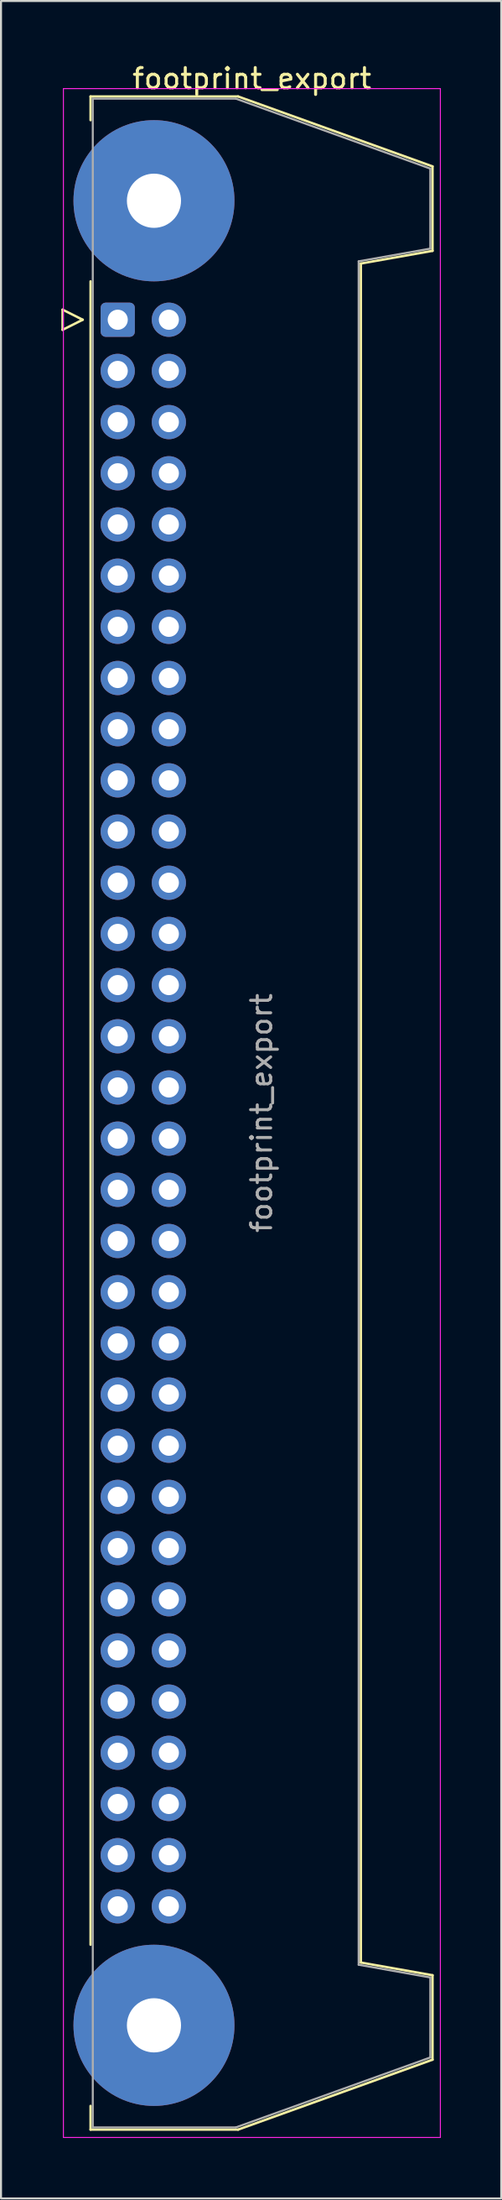
<source format=kicad_pcb>
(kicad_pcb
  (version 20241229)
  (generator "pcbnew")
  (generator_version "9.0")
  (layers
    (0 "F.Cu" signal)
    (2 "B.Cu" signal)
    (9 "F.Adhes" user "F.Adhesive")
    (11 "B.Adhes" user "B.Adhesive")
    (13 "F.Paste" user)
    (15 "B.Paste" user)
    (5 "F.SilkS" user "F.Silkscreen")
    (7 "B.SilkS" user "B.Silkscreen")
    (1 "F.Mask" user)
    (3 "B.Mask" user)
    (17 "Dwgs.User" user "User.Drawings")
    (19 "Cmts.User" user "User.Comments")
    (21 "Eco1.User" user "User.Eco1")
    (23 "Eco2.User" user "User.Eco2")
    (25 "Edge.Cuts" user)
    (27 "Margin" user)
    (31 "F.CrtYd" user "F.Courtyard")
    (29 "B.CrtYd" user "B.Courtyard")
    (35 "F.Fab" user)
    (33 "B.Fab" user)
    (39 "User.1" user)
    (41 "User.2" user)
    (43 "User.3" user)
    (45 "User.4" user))
  (footprint "footprint_export"
    (layer "F.Cu")
    (at 2.8 12.818)
    (property "Reference" "footprint_export" (at 6.665 -11.97 0) (layer "F.SilkS") (effects (font (size 1 1) (thickness 0.15))))
    (attr through_hole)
    (fp_line (start -2.74 -0.5) (end -2.74 0.5) (stroke (width 0.12) (type solid)) (layer "F.SilkS"))
    (fp_line (start -2.74 0.5) (end -1.74 0) (stroke (width 0.12) (type solid)) (layer "F.SilkS"))
    (fp_line (start -1.74 0) (end -2.74 -0.5) (stroke (width 0.12) (type solid)) (layer "F.SilkS"))
    (fp_line (start -1.35 -11.08) (end -1.35 -9.905) (stroke (width 0.12) (type solid)) (layer "F.SilkS"))
    (fp_line (start -1.35 -11.08) (end 5.98 -11.08) (stroke (width 0.12) (type solid)) (layer "F.SilkS"))
    (fp_line (start -1.35 -1.905) (end -1.35 80.645) (stroke (width 0.12) (type solid)) (layer "F.SilkS"))
    (fp_line (start -1.35 88.645) (end -1.35 89.82) (stroke (width 0.12) (type solid)) (layer "F.SilkS"))
    (fp_line (start 5.98 -11.08) (end 15.64 -7.61) (stroke (width 0.12) (type solid)) (layer "F.SilkS"))
    (fp_line (start 5.98 89.82) (end -1.35 89.82) (stroke (width 0.12) (type solid)) (layer "F.SilkS"))
    (fp_line (start 12.08 -2.79) (end 12.08 81.53) (stroke (width 0.12) (type solid)) (layer "F.SilkS"))
    (fp_line (start 12.08 81.53) (end 15.64 82.16) (stroke (width 0.12) (type solid)) (layer "F.SilkS"))
    (fp_line (start 15.64 -7.61) (end 15.64 -3.42) (stroke (width 0.12) (type solid)) (layer "F.SilkS"))
    (fp_line (start 15.64 -3.42) (end 12.08 -2.79) (stroke (width 0.12) (type solid)) (layer "F.SilkS"))
    (fp_line (start 15.64 82.16) (end 15.64 86.35) (stroke (width 0.12) (type solid)) (layer "F.SilkS"))
    (fp_line (start 15.64 86.35) (end 5.98 89.82) (stroke (width 0.12) (type solid)) (layer "F.SilkS"))
    (fp_line (start -2.7 -11.47) (end -2.7 90.21) (stroke (width 0.05) (type solid)) (layer "F.CrtYd"))
    (fp_line (start -2.7 90.21) (end 16.03 90.21) (stroke (width 0.05) (type solid)) (layer "F.CrtYd"))
    (fp_line (start 16.03 -11.47) (end -2.7 -11.47) (stroke (width 0.05) (type solid)) (layer "F.CrtYd"))
    (fp_line (start 16.03 90.21) (end 16.03 -11.47) (stroke (width 0.05) (type solid)) (layer "F.CrtYd"))
    (fp_line (start -1.24 -10.97) (end 5.87 -10.97) (stroke (width 0.1) (type solid)) (layer "F.Fab"))
    (fp_line (start -1.24 89.71) (end -1.24 -10.97) (stroke (width 0.1) (type solid)) (layer "F.Fab"))
    (fp_line (start 5.87 -10.97) (end 15.53 -7.5) (stroke (width 0.1) (type solid)) (layer "F.Fab"))
    (fp_line (start 5.87 89.71) (end -1.24 89.71) (stroke (width 0.1) (type solid)) (layer "F.Fab"))
    (fp_line (start 11.97 -2.9) (end 11.97 81.64) (stroke (width 0.1) (type solid)) (layer "F.Fab"))
    (fp_line (start 11.97 81.64) (end 15.53 82.27) (stroke (width 0.1) (type solid)) (layer "F.Fab"))
    (fp_line (start 15.53 -7.5) (end 15.53 -3.53) (stroke (width 0.1) (type solid)) (layer "F.Fab"))
    (fp_line (start 15.53 -3.53) (end 11.97 -2.9) (stroke (width 0.1) (type solid)) (layer "F.Fab"))
    (fp_line (start 15.53 82.27) (end 15.53 86.24) (stroke (width 0.1) (type solid)) (layer "F.Fab"))
    (fp_line (start 15.53 86.24) (end 5.87 89.71) (stroke (width 0.1) (type solid)) (layer "F.Fab"))
    (fp_text user "${REFERENCE}" (at 7.145 39.37 90) (layer "F.Fab") (effects (font (size 1 1) (thickness 0.15))))
    (pad "1" thru_hole roundrect (at 0 0) (size 1.7 1.7) (drill 1) (layers "*.Cu" "*.Mask") (roundrect_rratio 0.147))
    (pad "2" thru_hole circle (at 2.54 0) (size 1.7 1.7) (drill 1) (layers "*.Cu" "*.Mask"))
    (pad "3" thru_hole circle (at 0 2.54) (size 1.7 1.7) (drill 1) (layers "*.Cu" "*.Mask"))
    (pad "4" thru_hole circle (at 2.54 2.54) (size 1.7 1.7) (drill 1) (layers "*.Cu" "*.Mask"))
    (pad "5" thru_hole circle (at 0 5.08) (size 1.7 1.7) (drill 1) (layers "*.Cu" "*.Mask"))
    (pad "6" thru_hole circle (at 2.54 5.08) (size 1.7 1.7) (drill 1) (layers "*.Cu" "*.Mask"))
    (pad "7" thru_hole circle (at 0 7.62) (size 1.7 1.7) (drill 1) (layers "*.Cu" "*.Mask"))
    (pad "8" thru_hole circle (at 2.54 7.62) (size 1.7 1.7) (drill 1) (layers "*.Cu" "*.Mask"))
    (pad "9" thru_hole circle (at 0 10.16) (size 1.7 1.7) (drill 1) (layers "*.Cu" "*.Mask"))
    (pad "10" thru_hole circle (at 2.54 10.16) (size 1.7 1.7) (drill 1) (layers "*.Cu" "*.Mask"))
    (pad "11" thru_hole circle (at 0 12.7) (size 1.7 1.7) (drill 1) (layers "*.Cu" "*.Mask"))
    (pad "12" thru_hole circle (at 2.54 12.7) (size 1.7 1.7) (drill 1) (layers "*.Cu" "*.Mask"))
    (pad "13" thru_hole circle (at 0 15.24) (size 1.7 1.7) (drill 1) (layers "*.Cu" "*.Mask"))
    (pad "14" thru_hole circle (at 2.54 15.24) (size 1.7 1.7) (drill 1) (layers "*.Cu" "*.Mask"))
    (pad "15" thru_hole circle (at 0 17.78) (size 1.7 1.7) (drill 1) (layers "*.Cu" "*.Mask"))
    (pad "16" thru_hole circle (at 2.54 17.78) (size 1.7 1.7) (drill 1) (layers "*.Cu" "*.Mask"))
    (pad "17" thru_hole circle (at 0 20.32) (size 1.7 1.7) (drill 1) (layers "*.Cu" "*.Mask"))
    (pad "18" thru_hole circle (at 2.54 20.32) (size 1.7 1.7) (drill 1) (layers "*.Cu" "*.Mask"))
    (pad "19" thru_hole circle (at 0 22.86) (size 1.7 1.7) (drill 1) (layers "*.Cu" "*.Mask"))
    (pad "20" thru_hole circle (at 2.54 22.86) (size 1.7 1.7) (drill 1) (layers "*.Cu" "*.Mask"))
    (pad "21" thru_hole circle (at 0 25.4) (size 1.7 1.7) (drill 1) (layers "*.Cu" "*.Mask"))
    (pad "22" thru_hole circle (at 2.54 25.4) (size 1.7 1.7) (drill 1) (layers "*.Cu" "*.Mask"))
    (pad "23" thru_hole circle (at 0 27.94) (size 1.7 1.7) (drill 1) (layers "*.Cu" "*.Mask"))
    (pad "24" thru_hole circle (at 2.54 27.94) (size 1.7 1.7) (drill 1) (layers "*.Cu" "*.Mask"))
    (pad "25" thru_hole circle (at 0 30.48) (size 1.7 1.7) (drill 1) (layers "*.Cu" "*.Mask"))
    (pad "26" thru_hole circle (at 2.54 30.48) (size 1.7 1.7) (drill 1) (layers "*.Cu" "*.Mask"))
    (pad "27" thru_hole circle (at 0 33.02) (size 1.7 1.7) (drill 1) (layers "*.Cu" "*.Mask"))
    (pad "28" thru_hole circle (at 2.54 33.02) (size 1.7 1.7) (drill 1) (layers "*.Cu" "*.Mask"))
    (pad "29" thru_hole circle (at 0 35.56) (size 1.7 1.7) (drill 1) (layers "*.Cu" "*.Mask"))
    (pad "30" thru_hole circle (at 2.54 35.56) (size 1.7 1.7) (drill 1) (layers "*.Cu" "*.Mask"))
    (pad "31" thru_hole circle (at 0 38.1) (size 1.7 1.7) (drill 1) (layers "*.Cu" "*.Mask"))
    (pad "32" thru_hole circle (at 2.54 38.1) (size 1.7 1.7) (drill 1) (layers "*.Cu" "*.Mask"))
    (pad "33" thru_hole circle (at 0 40.64) (size 1.7 1.7) (drill 1) (layers "*.Cu" "*.Mask"))
    (pad "34" thru_hole circle (at 2.54 40.64) (size 1.7 1.7) (drill 1) (layers "*.Cu" "*.Mask"))
    (pad "35" thru_hole circle (at 0 43.18) (size 1.7 1.7) (drill 1) (layers "*.Cu" "*.Mask"))
    (pad "36" thru_hole circle (at 2.54 43.18) (size 1.7 1.7) (drill 1) (layers "*.Cu" "*.Mask"))
    (pad "37" thru_hole circle (at 0 45.72) (size 1.7 1.7) (drill 1) (layers "*.Cu" "*.Mask"))
    (pad "38" thru_hole circle (at 2.54 45.72) (size 1.7 1.7) (drill 1) (layers "*.Cu" "*.Mask"))
    (pad "39" thru_hole circle (at 0 48.26) (size 1.7 1.7) (drill 1) (layers "*.Cu" "*.Mask"))
    (pad "40" thru_hole circle (at 2.54 48.26) (size 1.7 1.7) (drill 1) (layers "*.Cu" "*.Mask"))
    (pad "41" thru_hole circle (at 0 50.8) (size 1.7 1.7) (drill 1) (layers "*.Cu" "*.Mask"))
    (pad "42" thru_hole circle (at 2.54 50.8) (size 1.7 1.7) (drill 1) (layers "*.Cu" "*.Mask"))
    (pad "43" thru_hole circle (at 0 53.34) (size 1.7 1.7) (drill 1) (layers "*.Cu" "*.Mask"))
    (pad "44" thru_hole circle (at 2.54 53.34) (size 1.7 1.7) (drill 1) (layers "*.Cu" "*.Mask"))
    (pad "45" thru_hole circle (at 0 55.88) (size 1.7 1.7) (drill 1) (layers "*.Cu" "*.Mask"))
    (pad "46" thru_hole circle (at 2.54 55.88) (size 1.7 1.7) (drill 1) (layers "*.Cu" "*.Mask"))
    (pad "47" thru_hole circle (at 0 58.42) (size 1.7 1.7) (drill 1) (layers "*.Cu" "*.Mask"))
    (pad "48" thru_hole circle (at 2.54 58.42) (size 1.7 1.7) (drill 1) (layers "*.Cu" "*.Mask"))
    (pad "49" thru_hole circle (at 0 60.96) (size 1.7 1.7) (drill 1) (layers "*.Cu" "*.Mask"))
    (pad "50" thru_hole circle (at 2.54 60.96) (size 1.7 1.7) (drill 1) (layers "*.Cu" "*.Mask"))
    (pad "51" thru_hole circle (at 0 63.5) (size 1.7 1.7) (drill 1) (layers "*.Cu" "*.Mask"))
    (pad "52" thru_hole circle (at 2.54 63.5) (size 1.7 1.7) (drill 1) (layers "*.Cu" "*.Mask"))
    (pad "53" thru_hole circle (at 0 66.04) (size 1.7 1.7) (drill 1) (layers "*.Cu" "*.Mask"))
    (pad "54" thru_hole circle (at 2.54 66.04) (size 1.7 1.7) (drill 1) (layers "*.Cu" "*.Mask"))
    (pad "55" thru_hole circle (at 0 68.58) (size 1.7 1.7) (drill 1) (layers "*.Cu" "*.Mask"))
    (pad "56" thru_hole circle (at 2.54 68.58) (size 1.7 1.7) (drill 1) (layers "*.Cu" "*.Mask"))
    (pad "57" thru_hole circle (at 0 71.12) (size 1.7 1.7) (drill 1) (layers "*.Cu" "*.Mask"))
    (pad "58" thru_hole circle (at 2.54 71.12) (size 1.7 1.7) (drill 1) (layers "*.Cu" "*.Mask"))
    (pad "59" thru_hole circle (at 0 73.66) (size 1.7 1.7) (drill 1) (layers "*.Cu" "*.Mask"))
    (pad "60" thru_hole circle (at 2.54 73.66) (size 1.7 1.7) (drill 1) (layers "*.Cu" "*.Mask"))
    (pad "61" thru_hole circle (at 0 76.2) (size 1.7 1.7) (drill 1) (layers "*.Cu" "*.Mask"))
    (pad "62" thru_hole circle (at 2.54 76.2) (size 1.7 1.7) (drill 1) (layers "*.Cu" "*.Mask"))
    (pad "63" thru_hole circle (at 0 78.74) (size 1.7 1.7) (drill 1) (layers "*.Cu" "*.Mask"))
    (pad "64" thru_hole circle (at 2.54 78.74) (size 1.7 1.7) (drill 1) (layers "*.Cu" "*.Mask"))
    (pad "MP" thru_hole circle (at 1.8 -5.905) (size 8 8) (drill 2.69) (layers "*.Cu" "*.Mask"))
    (pad "MP" thru_hole circle (at 1.8 84.645) (size 8 8) (drill 2.69) (layers "*.Cu" "*.Mask")))
  (gr_rect
    (start -3 -3)
    (end 21.855 106.053)
    (stroke (width 0.1) (type default))
    (fill no)
    (layer "Edge.Cuts")))
</source>
